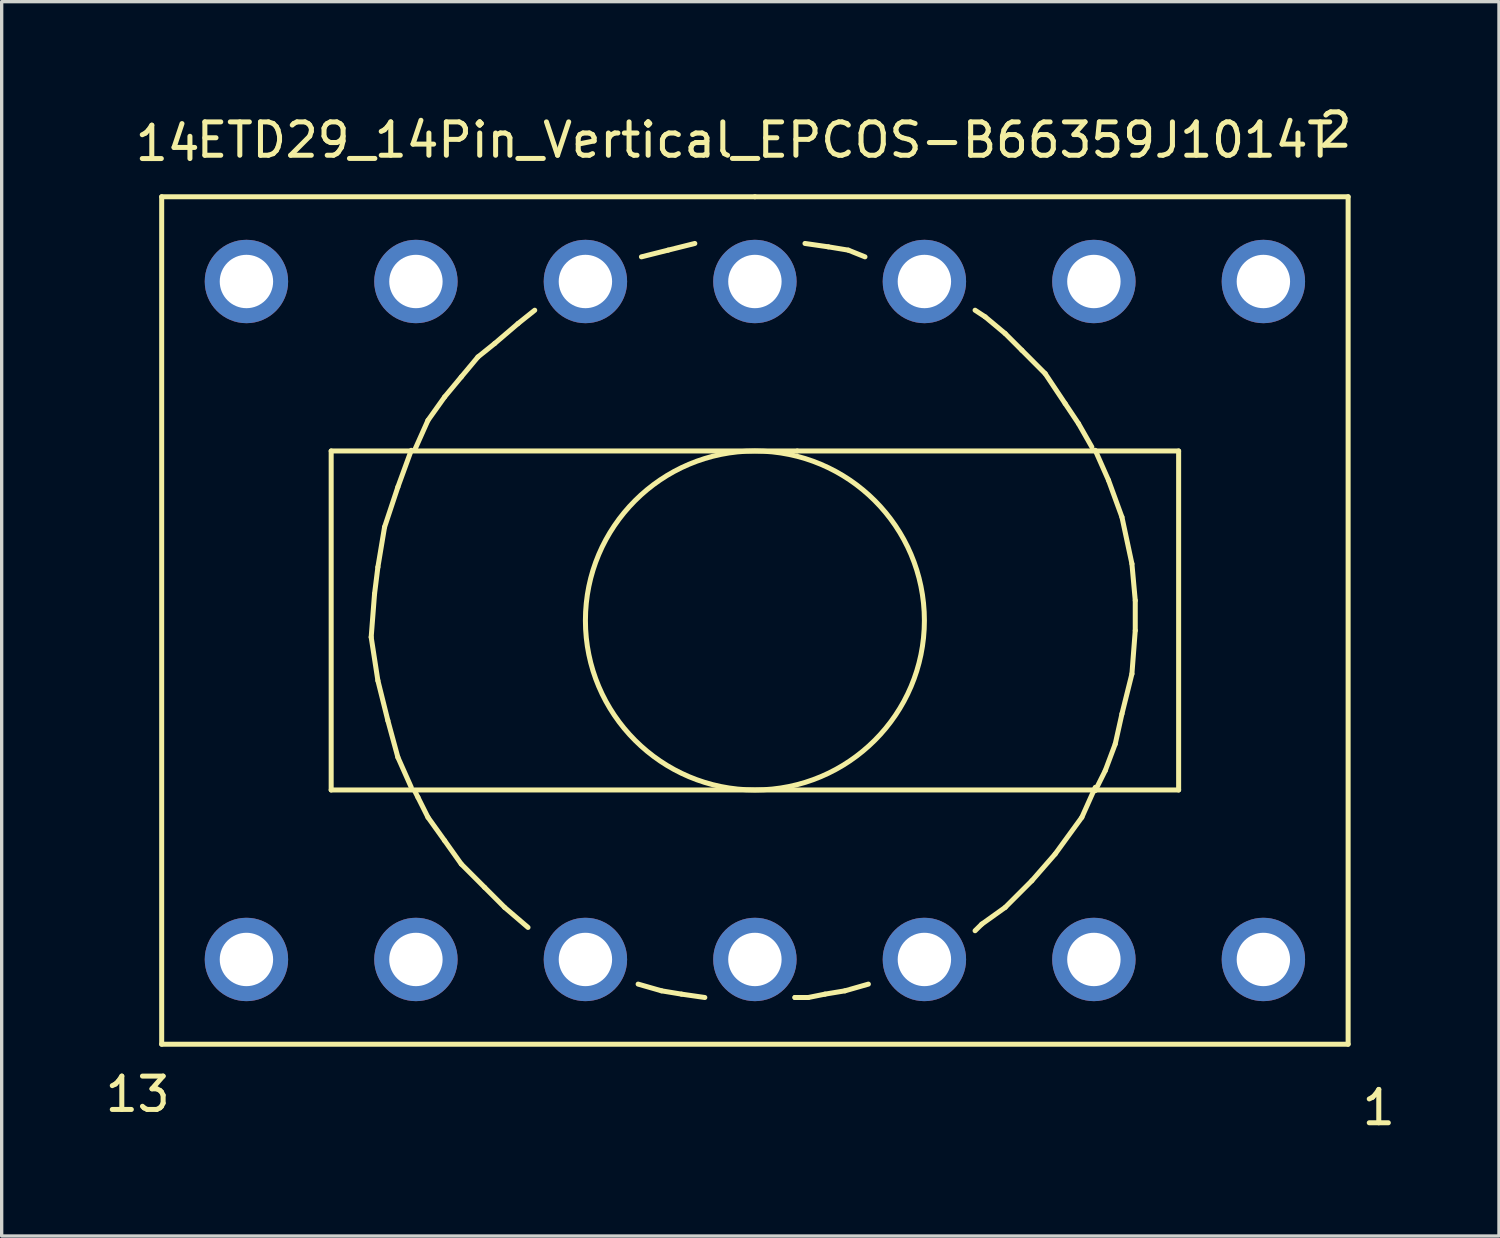
<source format=kicad_pcb>
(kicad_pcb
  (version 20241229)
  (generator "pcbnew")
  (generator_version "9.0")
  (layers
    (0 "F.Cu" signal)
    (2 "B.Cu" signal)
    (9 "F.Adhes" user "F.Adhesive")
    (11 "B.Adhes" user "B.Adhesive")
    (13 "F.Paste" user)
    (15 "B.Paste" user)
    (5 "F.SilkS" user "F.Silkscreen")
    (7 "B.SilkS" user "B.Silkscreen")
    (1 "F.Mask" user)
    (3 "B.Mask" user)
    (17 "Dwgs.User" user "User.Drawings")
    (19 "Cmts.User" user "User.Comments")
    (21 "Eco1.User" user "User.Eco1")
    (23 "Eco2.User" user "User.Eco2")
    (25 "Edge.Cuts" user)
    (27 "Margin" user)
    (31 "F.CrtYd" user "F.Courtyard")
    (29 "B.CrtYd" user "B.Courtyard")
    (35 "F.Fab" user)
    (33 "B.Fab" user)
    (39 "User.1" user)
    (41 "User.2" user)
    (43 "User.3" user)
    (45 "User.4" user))
  (footprint "ETD29_14Pin_Vertical_EPCOS-B66359J1014T"
    (layer "F.Cu")
    (at 19.576 15.547)
    (property "Reference" "ETD29_14Pin_Vertical_EPCOS-B66359J1014T" (at 0.3 -14.399 0) (layer "F.SilkS") (effects (font (size 1 1) (thickness 0.15))))
    (attr through_hole)
    (fp_line (start -17.78 -12.7) (end -17.78 12.7) (stroke (width 0.15) (type solid)) (layer "F.SilkS"))
    (fp_line (start -17.78 12.7) (end 17.78 12.7) (stroke (width 0.15) (type solid)) (layer "F.SilkS"))
    (fp_line (start -12.7 -5.08) (end 1.27 -5.08) (stroke (width 0.15) (type solid)) (layer "F.SilkS"))
    (fp_line (start -12.7 5.08) (end -12.7 -5.08) (stroke (width 0.15) (type solid)) (layer "F.SilkS"))
    (fp_line (start -11.501 0.5) (end -11.3 1.801) (stroke (width 0.15) (type solid)) (layer "F.SilkS"))
    (fp_line (start -11.4 -0.8) (end -11.501 0.5) (stroke (width 0.15) (type solid)) (layer "F.SilkS"))
    (fp_line (start -11.3 -1.6) (end -11.4 -0.8) (stroke (width 0.15) (type solid)) (layer "F.SilkS"))
    (fp_line (start -11.3 1.801) (end -11.001 3) (stroke (width 0.15) (type solid)) (layer "F.SilkS"))
    (fp_line (start -11.1 -2.799) (end -11.3 -1.6) (stroke (width 0.15) (type solid)) (layer "F.SilkS"))
    (fp_line (start -11.001 3) (end -10.701 4.1) (stroke (width 0.15) (type solid)) (layer "F.SilkS"))
    (fp_line (start -10.701 -4) (end -11.1 -2.799) (stroke (width 0.15) (type solid)) (layer "F.SilkS"))
    (fp_line (start -10.701 4.1) (end -10.3 5.001) (stroke (width 0.15) (type solid)) (layer "F.SilkS"))
    (fp_line (start -10.3 -5.1) (end -10.701 -4) (stroke (width 0.15) (type solid)) (layer "F.SilkS"))
    (fp_line (start -10.099 5.301) (end -10.201 5.1) (stroke (width 0.15) (type solid)) (layer "F.SilkS"))
    (fp_line (start -9.799 -5.999) (end -10.201 -5.1) (stroke (width 0.15) (type solid)) (layer "F.SilkS"))
    (fp_line (start -9.799 5.9) (end -10.099 5.301) (stroke (width 0.15) (type solid)) (layer "F.SilkS"))
    (fp_line (start -9.299 -6.701) (end -9.799 -5.999) (stroke (width 0.15) (type solid)) (layer "F.SilkS"))
    (fp_line (start -9.299 6.599) (end -9.799 5.9) (stroke (width 0.15) (type solid)) (layer "F.SilkS"))
    (fp_line (start -8.801 -7.3) (end -9.299 -6.701) (stroke (width 0.15) (type solid)) (layer "F.SilkS"))
    (fp_line (start -8.801 7.3) (end -9.299 6.599) (stroke (width 0.15) (type solid)) (layer "F.SilkS"))
    (fp_line (start -8.301 -7.899) (end -8.801 -7.3) (stroke (width 0.15) (type solid)) (layer "F.SilkS"))
    (fp_line (start -8.1 8.001) (end -8.801 7.3) (stroke (width 0.15) (type solid)) (layer "F.SilkS"))
    (fp_line (start -7.8 -8.301) (end -8.301 -7.899) (stroke (width 0.15) (type solid)) (layer "F.SilkS"))
    (fp_line (start -7.501 8.6) (end -8.1 8.001) (stroke (width 0.15) (type solid)) (layer "F.SilkS"))
    (fp_line (start -7.099 -8.9) (end -7.8 -8.301) (stroke (width 0.15) (type solid)) (layer "F.SilkS"))
    (fp_line (start -6.8 9.2) (end -7.501 8.6) (stroke (width 0.15) (type solid)) (layer "F.SilkS"))
    (fp_line (start -6.599 -9.299) (end -7.099 -8.9) (stroke (width 0.15) (type solid)) (layer "F.SilkS"))
    (fp_line (start -2.799 11.1) (end -3.5 10.899) (stroke (width 0.15) (type solid)) (layer "F.SilkS"))
    (fp_line (start -2.601 -11.1) (end -3.401 -10.899) (stroke (width 0.15) (type solid)) (layer "F.SilkS"))
    (fp_line (start -2.2 11.199) (end -2.799 11.1) (stroke (width 0.15) (type solid)) (layer "F.SilkS"))
    (fp_line (start -1.801 -11.3) (end -2.601 -11.1) (stroke (width 0.15) (type solid)) (layer "F.SilkS"))
    (fp_line (start -1.501 11.3) (end -2.2 11.199) (stroke (width 0.15) (type solid)) (layer "F.SilkS"))
    (fp_line (start 0 -12.7) (end -17.78 -12.7) (stroke (width 0.15) (type solid)) (layer "F.SilkS"))
    (fp_line (start 0 -12.7) (end 17.78 -12.7) (stroke (width 0.15) (type solid)) (layer "F.SilkS"))
    (fp_line (start 1.199 11.3) (end 1.3 11.3) (stroke (width 0.15) (type solid)) (layer "F.SilkS"))
    (fp_line (start 1.27 -5.08) (end 12.7 -5.08) (stroke (width 0.15) (type solid)) (layer "F.SilkS"))
    (fp_line (start 1.6 11.3) (end 1.199 11.3) (stroke (width 0.15) (type solid)) (layer "F.SilkS"))
    (fp_line (start 2.101 11.199) (end 1.6 11.3) (stroke (width 0.15) (type solid)) (layer "F.SilkS"))
    (fp_line (start 2.2 -11.199) (end 1.501 -11.3) (stroke (width 0.15) (type solid)) (layer "F.SilkS"))
    (fp_line (start 2.7 11.1) (end 2.101 11.199) (stroke (width 0.15) (type solid)) (layer "F.SilkS"))
    (fp_line (start 2.799 -11.1) (end 2.2 -11.199) (stroke (width 0.15) (type solid)) (layer "F.SilkS"))
    (fp_line (start 3.299 -10.899) (end 2.799 -11.1) (stroke (width 0.15) (type solid)) (layer "F.SilkS"))
    (fp_line (start 3.401 10.899) (end 2.7 11.1) (stroke (width 0.15) (type solid)) (layer "F.SilkS"))
    (fp_line (start 6.599 -9.299) (end 6.901 -9.101) (stroke (width 0.15) (type solid)) (layer "F.SilkS"))
    (fp_line (start 6.8 9.101) (end 6.599 9.299) (stroke (width 0.15) (type solid)) (layer "F.SilkS"))
    (fp_line (start 6.901 -9.101) (end 7.501 -8.6) (stroke (width 0.15) (type solid)) (layer "F.SilkS"))
    (fp_line (start 7.501 -8.6) (end 8.001 -8.1) (stroke (width 0.15) (type solid)) (layer "F.SilkS"))
    (fp_line (start 7.501 8.6) (end 6.8 9.101) (stroke (width 0.15) (type solid)) (layer "F.SilkS"))
    (fp_line (start 8.001 -8.1) (end 8.7 -7.399) (stroke (width 0.15) (type solid)) (layer "F.SilkS"))
    (fp_line (start 8.301 7.8) (end 7.501 8.6) (stroke (width 0.15) (type solid)) (layer "F.SilkS"))
    (fp_line (start 8.7 -7.399) (end 9.299 -6.5) (stroke (width 0.15) (type solid)) (layer "F.SilkS"))
    (fp_line (start 8.999 7) (end 8.301 7.8) (stroke (width 0.15) (type solid)) (layer "F.SilkS"))
    (fp_line (start 9.299 -6.5) (end 9.7 -5.9) (stroke (width 0.15) (type solid)) (layer "F.SilkS"))
    (fp_line (start 9.7 -5.9) (end 10.099 -5.199) (stroke (width 0.15) (type solid)) (layer "F.SilkS"))
    (fp_line (start 9.799 5.9) (end 8.999 7) (stroke (width 0.15) (type solid)) (layer "F.SilkS"))
    (fp_line (start 10.201 -5.1) (end 10.599 -4.201) (stroke (width 0.15) (type solid)) (layer "F.SilkS"))
    (fp_line (start 10.201 5.001) (end 9.799 5.9) (stroke (width 0.15) (type solid)) (layer "F.SilkS"))
    (fp_line (start 10.5 4.501) (end 10.201 5.1) (stroke (width 0.15) (type solid)) (layer "F.SilkS"))
    (fp_line (start 10.599 -4.201) (end 11.001 -3.099) (stroke (width 0.15) (type solid)) (layer "F.SilkS"))
    (fp_line (start 10.8 3.701) (end 10.5 4.501) (stroke (width 0.15) (type solid)) (layer "F.SilkS"))
    (fp_line (start 11.001 -3.099) (end 11.3 -1.699) (stroke (width 0.15) (type solid)) (layer "F.SilkS"))
    (fp_line (start 11.001 2.799) (end 10.8 3.701) (stroke (width 0.15) (type solid)) (layer "F.SilkS"))
    (fp_line (start 11.3 -1.699) (end 11.4 -0.599) (stroke (width 0.15) (type solid)) (layer "F.SilkS"))
    (fp_line (start 11.3 1.6) (end 11.001 2.799) (stroke (width 0.15) (type solid)) (layer "F.SilkS"))
    (fp_line (start 11.4 -0.599) (end 11.4 0.3) (stroke (width 0.15) (type solid)) (layer "F.SilkS"))
    (fp_line (start 11.4 0.3) (end 11.3 1.6) (stroke (width 0.15) (type solid)) (layer "F.SilkS"))
    (fp_line (start 12.7 -5.08) (end 12.7 5.08) (stroke (width 0.15) (type solid)) (layer "F.SilkS"))
    (fp_line (start 12.7 5.08) (end -12.7 5.08) (stroke (width 0.15) (type solid)) (layer "F.SilkS"))
    (fp_line (start 17.78 -12.7) (end 17.78 12.7) (stroke (width 0.15) (type solid)) (layer "F.SilkS"))
    (fp_circle (center 0 0) (end 0 -5.08) (stroke (width 0.15) (type solid)) (fill no) (layer "F.SilkS"))
    (fp_text user "14" (at -17.6 -14.3 0) (layer "F.SilkS") (effects (font (size 1 1) (thickness 0.15))))
    (fp_text user "13" (at -18.499 14.201 0) (layer "F.SilkS") (effects (font (size 1 1) (thickness 0.15))))
    (fp_text user "1" (at 18.699 14.6 0) (layer "F.SilkS") (effects (font (size 1 1) (thickness 0.15))))
    (fp_text user "2" (at 17.399 -14.699 0) (layer "F.SilkS") (effects (font (size 1 1) (thickness 0.15))))
    (pad "1" thru_hole circle (at 15.24 10.16) (size 2.499 2.499) (drill 1.6) (layers "*.Cu" "*.Mask"))
    (pad "2" thru_hole circle (at 15.24 -10.16) (size 2.499 2.499) (drill 1.6) (layers "*.Cu" "*.Mask"))
    (pad "3" thru_hole circle (at 10.16 10.16) (size 2.499 2.499) (drill 1.6) (layers "*.Cu" "*.Mask"))
    (pad "4" thru_hole circle (at 10.16 -10.16) (size 2.499 2.499) (drill 1.6) (layers "*.Cu" "*.Mask"))
    (pad "5" thru_hole circle (at 5.08 10.16) (size 2.499 2.499) (drill 1.6) (layers "*.Cu" "*.Mask"))
    (pad "6" thru_hole circle (at 5.08 -10.16) (size 2.499 2.499) (drill 1.6) (layers "*.Cu" "*.Mask"))
    (pad "7" thru_hole circle (at 0 10.16) (size 2.499 2.499) (drill 1.6) (layers "*.Cu" "*.Mask"))
    (pad "8" thru_hole circle (at 0 -10.16) (size 2.499 2.499) (drill 1.6) (layers "*.Cu" "*.Mask"))
    (pad "9" thru_hole circle (at -5.08 10.16) (size 2.499 2.499) (drill 1.6) (layers "*.Cu" "*.Mask"))
    (pad "10" thru_hole circle (at -5.08 -10.16) (size 2.499 2.499) (drill 1.6) (layers "*.Cu" "*.Mask"))
    (pad "11" thru_hole circle (at -10.16 10.16) (size 2.499 2.499) (drill 1.6) (layers "*.Cu" "*.Mask"))
    (pad "12" thru_hole circle (at -10.16 -10.16) (size 2.499 2.499) (drill 1.6) (layers "*.Cu" "*.Mask"))
    (pad "13" thru_hole circle (at -15.24 10.16) (size 2.499 2.499) (drill 1.6) (layers "*.Cu" "*.Mask"))
    (pad "14" thru_hole circle (at -15.24 -10.16) (size 2.499 2.499) (drill 1.6) (layers "*.Cu" "*.Mask")))
  (gr_rect
    (start -3 -3)
    (end 41.877 33.995)
    (stroke (width 0.1) (type default))
    (fill no)
    (layer "Edge.Cuts")))
</source>
